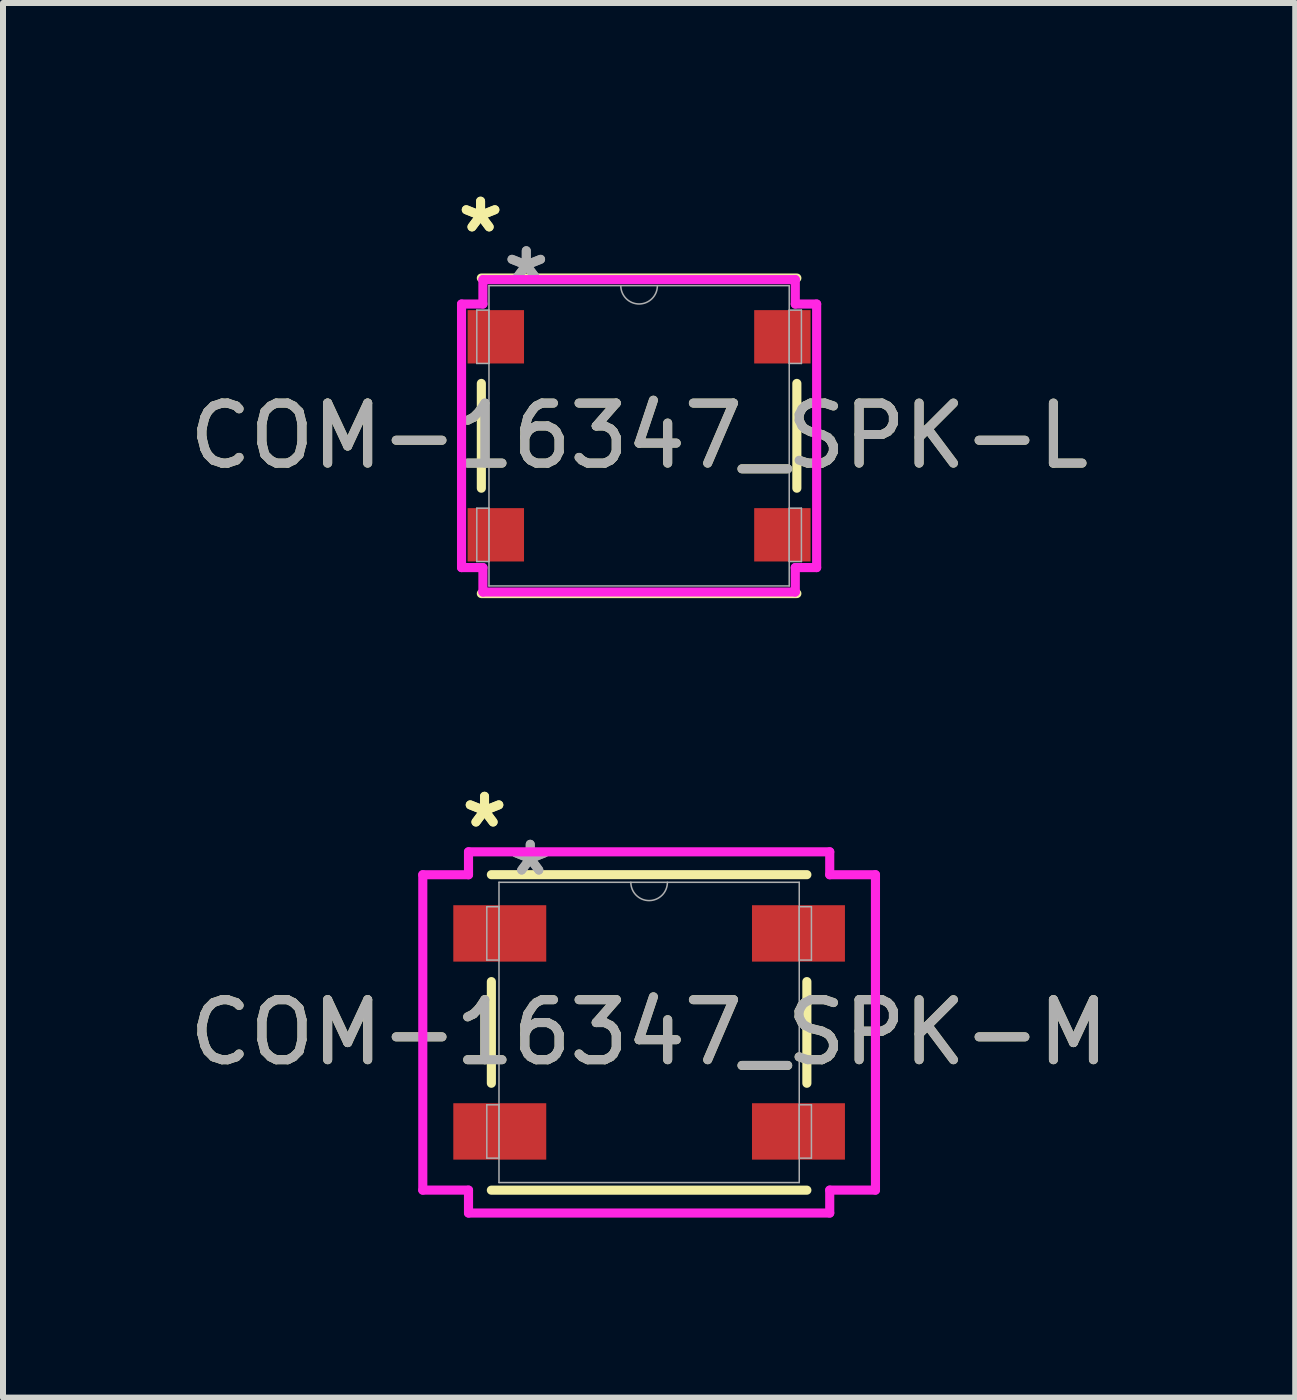
<source format=kicad_pcb>
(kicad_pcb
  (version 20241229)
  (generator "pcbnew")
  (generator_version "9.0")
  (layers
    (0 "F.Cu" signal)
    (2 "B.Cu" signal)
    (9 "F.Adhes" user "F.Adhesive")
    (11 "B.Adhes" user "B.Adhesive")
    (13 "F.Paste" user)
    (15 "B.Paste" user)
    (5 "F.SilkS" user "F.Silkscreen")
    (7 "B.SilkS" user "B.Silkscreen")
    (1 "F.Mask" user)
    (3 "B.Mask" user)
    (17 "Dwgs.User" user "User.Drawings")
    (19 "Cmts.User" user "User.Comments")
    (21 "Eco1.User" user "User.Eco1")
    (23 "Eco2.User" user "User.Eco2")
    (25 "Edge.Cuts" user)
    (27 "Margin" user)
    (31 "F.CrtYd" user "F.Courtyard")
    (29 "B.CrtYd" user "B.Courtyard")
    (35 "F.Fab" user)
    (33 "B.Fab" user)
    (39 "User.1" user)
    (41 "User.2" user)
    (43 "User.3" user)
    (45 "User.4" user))
  (footprint "COM-16347_SPK-M"
    (layer "F.Cu")
    (at 7.768 14.156)
    (property "Reference" "COM-16347_SPK-M" (at 0 0 0) (unlocked yes) (layer "F.SilkS") (effects (font (size 1 1) (thickness 0.15))))
    (attr smd)
    (fp_line (start -2.629 -0.847) (end -2.629 0.847) (stroke (width 0.152) (type solid)) (layer "F.SilkS"))
    (fp_line (start -2.629 2.629) (end 2.629 2.629) (stroke (width 0.152) (type solid)) (layer "F.SilkS"))
    (fp_line (start 2.629 -2.629) (end -2.629 -2.629) (stroke (width 0.152) (type solid)) (layer "F.SilkS"))
    (fp_line (start 2.629 0.847) (end 2.629 -0.847) (stroke (width 0.152) (type solid)) (layer "F.SilkS"))
    (fp_line (start -3.772 -2.628) (end -3.01 -2.628) (stroke (width 0.152) (type solid)) (layer "F.CrtYd"))
    (fp_line (start -3.772 2.628) (end -3.772 -2.628) (stroke (width 0.152) (type solid)) (layer "F.CrtYd"))
    (fp_line (start -3.772 2.628) (end -3.01 2.628) (stroke (width 0.152) (type solid)) (layer "F.CrtYd"))
    (fp_line (start -3.01 -3.01) (end 3.01 -3.01) (stroke (width 0.152) (type solid)) (layer "F.CrtYd"))
    (fp_line (start -3.01 -2.628) (end -3.01 -3.01) (stroke (width 0.152) (type solid)) (layer "F.CrtYd"))
    (fp_line (start -3.01 3.01) (end -3.01 2.628) (stroke (width 0.152) (type solid)) (layer "F.CrtYd"))
    (fp_line (start 3.01 -3.01) (end 3.01 -2.628) (stroke (width 0.152) (type solid)) (layer "F.CrtYd"))
    (fp_line (start 3.01 2.628) (end 3.01 3.01) (stroke (width 0.152) (type solid)) (layer "F.CrtYd"))
    (fp_line (start 3.01 3.01) (end -3.01 3.01) (stroke (width 0.152) (type solid)) (layer "F.CrtYd"))
    (fp_line (start 3.772 -2.628) (end 3.01 -2.628) (stroke (width 0.152) (type solid)) (layer "F.CrtYd"))
    (fp_line (start 3.772 -2.628) (end 3.772 2.628) (stroke (width 0.152) (type solid)) (layer "F.CrtYd"))
    (fp_line (start 3.772 2.628) (end 3.01 2.628) (stroke (width 0.152) (type solid)) (layer "F.CrtYd"))
    (fp_line (start -2.705 -2.095) (end -2.705 -1.206) (stroke (width 0.025) (type solid)) (layer "F.Fab"))
    (fp_line (start -2.705 -1.206) (end -2.502 -1.206) (stroke (width 0.025) (type solid)) (layer "F.Fab"))
    (fp_line (start -2.705 1.206) (end -2.705 2.095) (stroke (width 0.025) (type solid)) (layer "F.Fab"))
    (fp_line (start -2.705 2.095) (end -2.502 2.095) (stroke (width 0.025) (type solid)) (layer "F.Fab"))
    (fp_line (start -2.502 -2.502) (end -2.502 2.502) (stroke (width 0.025) (type solid)) (layer "F.Fab"))
    (fp_line (start -2.502 -2.095) (end -2.705 -2.095) (stroke (width 0.025) (type solid)) (layer "F.Fab"))
    (fp_line (start -2.502 -1.206) (end -2.502 -2.095) (stroke (width 0.025) (type solid)) (layer "F.Fab"))
    (fp_line (start -2.502 1.206) (end -2.705 1.206) (stroke (width 0.025) (type solid)) (layer "F.Fab"))
    (fp_line (start -2.502 2.095) (end -2.502 1.206) (stroke (width 0.025) (type solid)) (layer "F.Fab"))
    (fp_line (start -2.502 2.502) (end 2.502 2.502) (stroke (width 0.025) (type solid)) (layer "F.Fab"))
    (fp_line (start 2.502 -2.502) (end -2.502 -2.502) (stroke (width 0.025) (type solid)) (layer "F.Fab"))
    (fp_line (start 2.502 -2.095) (end 2.502 -1.206) (stroke (width 0.025) (type solid)) (layer "F.Fab"))
    (fp_line (start 2.502 -1.206) (end 2.705 -1.206) (stroke (width 0.025) (type solid)) (layer "F.Fab"))
    (fp_line (start 2.502 1.206) (end 2.502 2.095) (stroke (width 0.025) (type solid)) (layer "F.Fab"))
    (fp_line (start 2.502 2.095) (end 2.705 2.095) (stroke (width 0.025) (type solid)) (layer "F.Fab"))
    (fp_line (start 2.502 2.502) (end 2.502 -2.502) (stroke (width 0.025) (type solid)) (layer "F.Fab"))
    (fp_line (start 2.705 -2.095) (end 2.502 -2.095) (stroke (width 0.025) (type solid)) (layer "F.Fab"))
    (fp_line (start 2.705 -1.206) (end 2.705 -2.095) (stroke (width 0.025) (type solid)) (layer "F.Fab"))
    (fp_line (start 2.705 1.206) (end 2.502 1.206) (stroke (width 0.025) (type solid)) (layer "F.Fab"))
    (fp_line (start 2.705 2.095) (end 2.705 1.206) (stroke (width 0.025) (type solid)) (layer "F.Fab"))
    (fp_arc (start 0.3048 -2.5019) (mid 0 -2.1971) (end -0.3048 -2.5019) (stroke (width 0.0254) (type solid)) (layer "F.Fab"))
    (fp_text user "*" (at -2.743 -3.39 0) (unlocked yes) (layer "F.SilkS") (effects (font (size 1 1) (thickness 0.15))))
    (fp_text user "*" (at -2.743 -3.39 0) (layer "F.SilkS") (effects (font (size 1 1) (thickness 0.15))))
    (fp_text user "*" (at -1.981 -2.59 0) (unlocked yes) (layer "F.Fab") (effects (font (size 1 1) (thickness 0.15))))
    (fp_text user "*" (at -1.981 -2.59 0) (layer "F.Fab") (effects (font (size 1 1) (thickness 0.15))))
    (fp_text user "${REFERENCE}" (at 0 0 0) (unlocked yes) (layer "F.Fab") (effects (font (size 1 1) (thickness 0.15))))
    (pad "1" smd rect (at -2.489 -1.65) (size 1.549 0.94) (layers "F.Cu" "F.Mask" "F.Paste"))
    (pad "2" smd rect (at -2.489 1.65) (size 1.549 0.94) (layers "F.Cu" "F.Mask" "F.Paste"))
    (pad "3" smd rect (at 2.489 1.65) (size 1.549 0.94) (layers "F.Cu" "F.Mask" "F.Paste"))
    (pad "4" smd rect (at 2.489 -1.65) (size 1.549 0.94) (layers "F.Cu" "F.Mask" "F.Paste")))
  (footprint "COM-16347_SPK-L"
    (layer "F.Cu")
    (at 7.601 4.213)
    (property "Reference" "COM-16347_SPK-L" (at 0 0 0) (unlocked yes) (layer "F.SilkS") (effects (font (size 1 1) (thickness 0.15))))
    (attr smd)
    (fp_line (start -2.629 -0.873) (end -2.629 0.873) (stroke (width 0.152) (type solid)) (layer "F.SilkS"))
    (fp_line (start -2.629 2.629) (end 2.629 2.629) (stroke (width 0.152) (type solid)) (layer "F.SilkS"))
    (fp_line (start 2.629 -2.629) (end -2.629 -2.629) (stroke (width 0.152) (type solid)) (layer "F.SilkS"))
    (fp_line (start 2.629 0.873) (end 2.629 -0.873) (stroke (width 0.152) (type solid)) (layer "F.SilkS"))
    (fp_line (start -2.959 -2.196) (end -2.603 -2.196) (stroke (width 0.152) (type solid)) (layer "F.CrtYd"))
    (fp_line (start -2.959 2.196) (end -2.959 -2.196) (stroke (width 0.152) (type solid)) (layer "F.CrtYd"))
    (fp_line (start -2.959 2.196) (end -2.603 2.196) (stroke (width 0.152) (type solid)) (layer "F.CrtYd"))
    (fp_line (start -2.603 -2.603) (end 2.603 -2.603) (stroke (width 0.152) (type solid)) (layer "F.CrtYd"))
    (fp_line (start -2.603 -2.196) (end -2.603 -2.603) (stroke (width 0.152) (type solid)) (layer "F.CrtYd"))
    (fp_line (start -2.603 2.603) (end -2.603 2.196) (stroke (width 0.152) (type solid)) (layer "F.CrtYd"))
    (fp_line (start 2.603 -2.603) (end 2.603 -2.196) (stroke (width 0.152) (type solid)) (layer "F.CrtYd"))
    (fp_line (start 2.603 2.196) (end 2.603 2.603) (stroke (width 0.152) (type solid)) (layer "F.CrtYd"))
    (fp_line (start 2.603 2.603) (end -2.603 2.603) (stroke (width 0.152) (type solid)) (layer "F.CrtYd"))
    (fp_line (start 2.959 -2.196) (end 2.603 -2.196) (stroke (width 0.152) (type solid)) (layer "F.CrtYd"))
    (fp_line (start 2.959 -2.196) (end 2.959 2.196) (stroke (width 0.152) (type solid)) (layer "F.CrtYd"))
    (fp_line (start 2.959 2.196) (end 2.603 2.196) (stroke (width 0.152) (type solid)) (layer "F.CrtYd"))
    (fp_line (start -2.705 -2.095) (end -2.705 -1.206) (stroke (width 0.025) (type solid)) (layer "F.Fab"))
    (fp_line (start -2.705 -1.206) (end -2.502 -1.206) (stroke (width 0.025) (type solid)) (layer "F.Fab"))
    (fp_line (start -2.705 1.206) (end -2.705 2.095) (stroke (width 0.025) (type solid)) (layer "F.Fab"))
    (fp_line (start -2.705 2.095) (end -2.502 2.095) (stroke (width 0.025) (type solid)) (layer "F.Fab"))
    (fp_line (start -2.502 -2.502) (end -2.502 2.502) (stroke (width 0.025) (type solid)) (layer "F.Fab"))
    (fp_line (start -2.502 -2.095) (end -2.705 -2.095) (stroke (width 0.025) (type solid)) (layer "F.Fab"))
    (fp_line (start -2.502 -1.206) (end -2.502 -2.095) (stroke (width 0.025) (type solid)) (layer "F.Fab"))
    (fp_line (start -2.502 1.206) (end -2.705 1.206) (stroke (width 0.025) (type solid)) (layer "F.Fab"))
    (fp_line (start -2.502 2.095) (end -2.502 1.206) (stroke (width 0.025) (type solid)) (layer "F.Fab"))
    (fp_line (start -2.502 2.502) (end 2.502 2.502) (stroke (width 0.025) (type solid)) (layer "F.Fab"))
    (fp_line (start 2.502 -2.502) (end -2.502 -2.502) (stroke (width 0.025) (type solid)) (layer "F.Fab"))
    (fp_line (start 2.502 -2.095) (end 2.502 -1.206) (stroke (width 0.025) (type solid)) (layer "F.Fab"))
    (fp_line (start 2.502 -1.206) (end 2.705 -1.206) (stroke (width 0.025) (type solid)) (layer "F.Fab"))
    (fp_line (start 2.502 1.206) (end 2.502 2.095) (stroke (width 0.025) (type solid)) (layer "F.Fab"))
    (fp_line (start 2.502 2.095) (end 2.705 2.095) (stroke (width 0.025) (type solid)) (layer "F.Fab"))
    (fp_line (start 2.502 2.502) (end 2.502 -2.502) (stroke (width 0.025) (type solid)) (layer "F.Fab"))
    (fp_line (start 2.705 -2.095) (end 2.502 -2.095) (stroke (width 0.025) (type solid)) (layer "F.Fab"))
    (fp_line (start 2.705 -1.206) (end 2.705 -2.095) (stroke (width 0.025) (type solid)) (layer "F.Fab"))
    (fp_line (start 2.705 1.206) (end 2.502 1.206) (stroke (width 0.025) (type solid)) (layer "F.Fab"))
    (fp_line (start 2.705 2.095) (end 2.705 1.206) (stroke (width 0.025) (type solid)) (layer "F.Fab"))
    (fp_arc (start 0.3048 -2.5019) (mid 0 -2.1971) (end -0.3048 -2.5019) (stroke (width 0.0254) (type solid)) (layer "F.Fab"))
    (fp_text user "*" (at -2.642 -3.365 0) (layer "F.SilkS") (effects (font (size 1 1) (thickness 0.15))))
    (fp_text user "*" (at -2.642 -3.365 0) (unlocked yes) (layer "F.SilkS") (effects (font (size 1 1) (thickness 0.15))))
    (fp_text user "${REFERENCE}" (at 0 0 0) (unlocked yes) (layer "F.Fab") (effects (font (size 1 1) (thickness 0.15))))
    (fp_text user "*" (at -1.88 -2.539 0) (unlocked yes) (layer "F.Fab") (effects (font (size 1 1) (thickness 0.15))))
    (fp_text user "*" (at -1.88 -2.539 0) (layer "F.Fab") (effects (font (size 1 1) (thickness 0.15))))
    (pad "1" smd rect (at -2.388 -1.65) (size 0.94 0.889) (layers "F.Cu" "F.Mask" "F.Paste"))
    (pad "2" smd rect (at -2.388 1.65) (size 0.94 0.889) (layers "F.Cu" "F.Mask" "F.Paste"))
    (pad "3" smd rect (at 2.388 1.65) (size 0.94 0.889) (layers "F.Cu" "F.Mask" "F.Paste"))
    (pad "4" smd rect (at 2.388 -1.65) (size 0.94 0.889) (layers "F.Cu" "F.Mask" "F.Paste")))
  (gr_rect
    (start -3 -3)
    (end 18.536 20.242)
    (stroke (width 0.1) (type default))
    (fill no)
    (layer "Edge.Cuts")))
</source>
